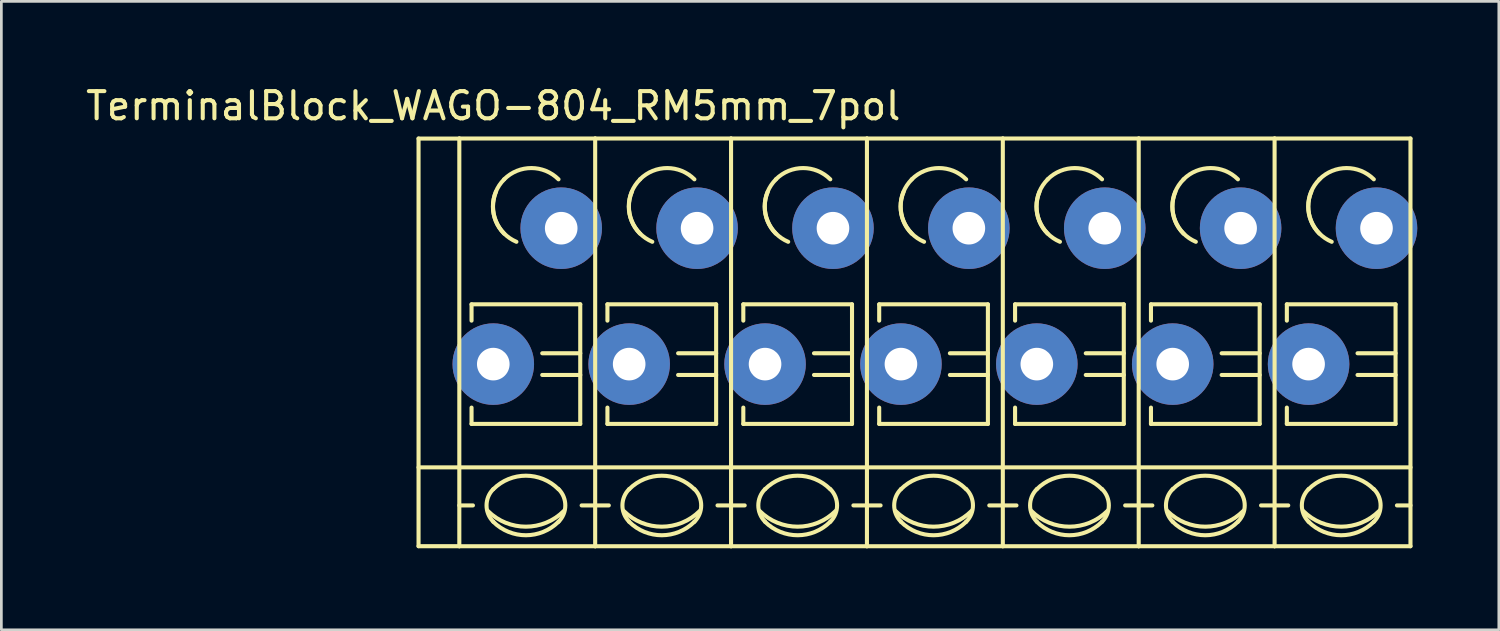
<source format=kicad_pcb>
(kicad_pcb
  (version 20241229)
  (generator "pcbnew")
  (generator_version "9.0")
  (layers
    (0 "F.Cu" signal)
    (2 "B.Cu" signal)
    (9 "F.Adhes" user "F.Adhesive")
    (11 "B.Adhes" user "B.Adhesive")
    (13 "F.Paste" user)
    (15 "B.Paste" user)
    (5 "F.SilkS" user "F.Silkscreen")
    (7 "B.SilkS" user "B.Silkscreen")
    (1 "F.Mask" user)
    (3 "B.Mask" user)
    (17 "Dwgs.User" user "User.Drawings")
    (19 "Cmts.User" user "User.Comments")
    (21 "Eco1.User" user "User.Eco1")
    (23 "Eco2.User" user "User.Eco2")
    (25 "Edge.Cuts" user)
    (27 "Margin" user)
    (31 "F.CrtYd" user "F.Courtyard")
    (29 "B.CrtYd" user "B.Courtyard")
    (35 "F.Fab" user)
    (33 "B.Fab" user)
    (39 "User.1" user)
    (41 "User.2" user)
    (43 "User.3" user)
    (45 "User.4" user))
  (footprint "TerminalBlock_WAGO-804_RM5mm_7pol"
    (layer "F.Cu")
    (at 15.101 10.348)
    (property "Reference" "TerminalBlock_WAGO-804_RM5mm_7pol" (at 0 -9.5 0) (layer "F.SilkS") (effects (font (size 1 1) (thickness 0.15))))
    (attr through_hole)
    (fp_line (start -2.75 -8.3) (end -1.25 -8.3) (stroke (width 0.15) (type solid)) (layer "F.SilkS"))
    (fp_line (start -2.75 6.7) (end -2.75 -8.3) (stroke (width 0.15) (type solid)) (layer "F.SilkS"))
    (fp_line (start -1.25 6.7) (end -2.75 6.7) (stroke (width 0.15) (type solid)) (layer "F.SilkS"))
    (fp_line (start -1.25 5.199) (end -0.749 5.199) (stroke (width 0.15) (type solid)) (layer "F.SilkS"))
    (fp_line (start -1.25 6.701) (end -1.25 -8.301) (stroke (width 0.15) (type solid)) (layer "F.SilkS"))
    (fp_line (start -0.8 -2.2) (end -0.8 -1.6) (stroke (width 0.15) (type solid)) (layer "F.SilkS"))
    (fp_line (start -0.8 -2.2) (end 3.2 -2.2) (stroke (width 0.15) (type solid)) (layer "F.SilkS"))
    (fp_line (start -0.8 2.2) (end -0.8 1.6) (stroke (width 0.15) (type solid)) (layer "F.SilkS"))
    (fp_line (start 3.2 -2.2) (end 3.2 2.2) (stroke (width 0.15) (type solid)) (layer "F.SilkS"))
    (fp_line (start 3.2 -0.399) (end 1.801 -0.399) (stroke (width 0.15) (type solid)) (layer "F.SilkS"))
    (fp_line (start 3.2 0.399) (end 1.801 0.399) (stroke (width 0.15) (type solid)) (layer "F.SilkS"))
    (fp_line (start 3.2 2.2) (end -0.8 2.2) (stroke (width 0.15) (type solid)) (layer "F.SilkS"))
    (fp_line (start 3.749 -8.301) (end -1.25 -8.301) (stroke (width 0.15) (type solid)) (layer "F.SilkS"))
    (fp_line (start 3.749 -8.301) (end 3.749 6.701) (stroke (width 0.15) (type solid)) (layer "F.SilkS"))
    (fp_line (start 3.749 5.199) (end 3.251 5.199) (stroke (width 0.15) (type solid)) (layer "F.SilkS"))
    (fp_line (start 3.749 6.701) (end -1.25 6.701) (stroke (width 0.15) (type solid)) (layer "F.SilkS"))
    (fp_line (start 3.75 3.8) (end -2.75 3.8) (stroke (width 0.15) (type solid)) (layer "F.SilkS"))
    (fp_line (start 3.75 3.8) (end 8.75 3.8) (stroke (width 0.15) (type solid)) (layer "F.SilkS"))
    (fp_line (start 3.75 5.199) (end 4.251 5.199) (stroke (width 0.15) (type solid)) (layer "F.SilkS"))
    (fp_line (start 4.2 -2.2) (end 4.2 -1.6) (stroke (width 0.15) (type solid)) (layer "F.SilkS"))
    (fp_line (start 4.2 -2.2) (end 8.2 -2.2) (stroke (width 0.15) (type solid)) (layer "F.SilkS"))
    (fp_line (start 4.2 2.2) (end 4.2 1.6) (stroke (width 0.15) (type solid)) (layer "F.SilkS"))
    (fp_line (start 8.2 -2.2) (end 8.2 2.2) (stroke (width 0.15) (type solid)) (layer "F.SilkS"))
    (fp_line (start 8.2 -0.399) (end 6.801 -0.399) (stroke (width 0.15) (type solid)) (layer "F.SilkS"))
    (fp_line (start 8.2 0.399) (end 6.801 0.399) (stroke (width 0.15) (type solid)) (layer "F.SilkS"))
    (fp_line (start 8.2 2.2) (end 4.2 2.2) (stroke (width 0.15) (type solid)) (layer "F.SilkS"))
    (fp_line (start 8.749 -8.301) (end 3.75 -8.301) (stroke (width 0.15) (type solid)) (layer "F.SilkS"))
    (fp_line (start 8.749 -8.301) (end 8.749 6.701) (stroke (width 0.15) (type solid)) (layer "F.SilkS"))
    (fp_line (start 8.749 5.199) (end 8.251 5.199) (stroke (width 0.15) (type solid)) (layer "F.SilkS"))
    (fp_line (start 8.749 6.701) (end 3.75 6.701) (stroke (width 0.15) (type solid)) (layer "F.SilkS"))
    (fp_line (start 8.75 3.8) (end 13.75 3.8) (stroke (width 0.15) (type solid)) (layer "F.SilkS"))
    (fp_line (start 8.75 5.199) (end 9.251 5.199) (stroke (width 0.15) (type solid)) (layer "F.SilkS"))
    (fp_line (start 9.2 -2.2) (end 9.2 -1.6) (stroke (width 0.15) (type solid)) (layer "F.SilkS"))
    (fp_line (start 9.2 -2.2) (end 13.2 -2.2) (stroke (width 0.15) (type solid)) (layer "F.SilkS"))
    (fp_line (start 9.2 2.2) (end 9.2 1.6) (stroke (width 0.15) (type solid)) (layer "F.SilkS"))
    (fp_line (start 13.2 -2.2) (end 13.2 2.2) (stroke (width 0.15) (type solid)) (layer "F.SilkS"))
    (fp_line (start 13.2 -0.399) (end 11.801 -0.399) (stroke (width 0.15) (type solid)) (layer "F.SilkS"))
    (fp_line (start 13.2 0.399) (end 11.801 0.399) (stroke (width 0.15) (type solid)) (layer "F.SilkS"))
    (fp_line (start 13.2 2.2) (end 9.2 2.2) (stroke (width 0.15) (type solid)) (layer "F.SilkS"))
    (fp_line (start 13.749 -8.301) (end 8.75 -8.301) (stroke (width 0.15) (type solid)) (layer "F.SilkS"))
    (fp_line (start 13.749 -8.301) (end 13.749 6.701) (stroke (width 0.15) (type solid)) (layer "F.SilkS"))
    (fp_line (start 13.749 5.199) (end 13.251 5.199) (stroke (width 0.15) (type solid)) (layer "F.SilkS"))
    (fp_line (start 13.749 6.701) (end 8.75 6.701) (stroke (width 0.15) (type solid)) (layer "F.SilkS"))
    (fp_line (start 13.75 3.8) (end 18.75 3.8) (stroke (width 0.15) (type solid)) (layer "F.SilkS"))
    (fp_line (start 13.75 5.199) (end 14.251 5.199) (stroke (width 0.15) (type solid)) (layer "F.SilkS"))
    (fp_line (start 14.2 -2.2) (end 14.2 -1.6) (stroke (width 0.15) (type solid)) (layer "F.SilkS"))
    (fp_line (start 14.2 -2.2) (end 18.2 -2.2) (stroke (width 0.15) (type solid)) (layer "F.SilkS"))
    (fp_line (start 14.2 2.2) (end 14.2 1.6) (stroke (width 0.15) (type solid)) (layer "F.SilkS"))
    (fp_line (start 18.2 -2.2) (end 18.2 2.2) (stroke (width 0.15) (type solid)) (layer "F.SilkS"))
    (fp_line (start 18.2 -0.399) (end 16.801 -0.399) (stroke (width 0.15) (type solid)) (layer "F.SilkS"))
    (fp_line (start 18.2 0.399) (end 16.801 0.399) (stroke (width 0.15) (type solid)) (layer "F.SilkS"))
    (fp_line (start 18.2 2.2) (end 14.2 2.2) (stroke (width 0.15) (type solid)) (layer "F.SilkS"))
    (fp_line (start 18.749 -8.301) (end 13.75 -8.301) (stroke (width 0.15) (type solid)) (layer "F.SilkS"))
    (fp_line (start 18.749 -8.301) (end 18.749 6.701) (stroke (width 0.15) (type solid)) (layer "F.SilkS"))
    (fp_line (start 18.749 5.199) (end 18.251 5.199) (stroke (width 0.15) (type solid)) (layer "F.SilkS"))
    (fp_line (start 18.749 6.701) (end 13.75 6.701) (stroke (width 0.15) (type solid)) (layer "F.SilkS"))
    (fp_line (start 18.75 3.8) (end 23.75 3.8) (stroke (width 0.15) (type solid)) (layer "F.SilkS"))
    (fp_line (start 18.75 5.199) (end 19.251 5.199) (stroke (width 0.15) (type solid)) (layer "F.SilkS"))
    (fp_line (start 19.2 -2.2) (end 19.2 -1.6) (stroke (width 0.15) (type solid)) (layer "F.SilkS"))
    (fp_line (start 19.2 -2.2) (end 23.2 -2.2) (stroke (width 0.15) (type solid)) (layer "F.SilkS"))
    (fp_line (start 19.2 2.2) (end 19.2 1.6) (stroke (width 0.15) (type solid)) (layer "F.SilkS"))
    (fp_line (start 23.2 -2.2) (end 23.2 2.2) (stroke (width 0.15) (type solid)) (layer "F.SilkS"))
    (fp_line (start 23.2 -0.399) (end 21.801 -0.399) (stroke (width 0.15) (type solid)) (layer "F.SilkS"))
    (fp_line (start 23.2 0.399) (end 21.801 0.399) (stroke (width 0.15) (type solid)) (layer "F.SilkS"))
    (fp_line (start 23.2 2.2) (end 19.2 2.2) (stroke (width 0.15) (type solid)) (layer "F.SilkS"))
    (fp_line (start 23.749 -8.301) (end 18.75 -8.301) (stroke (width 0.15) (type solid)) (layer "F.SilkS"))
    (fp_line (start 23.749 -8.301) (end 23.749 6.701) (stroke (width 0.15) (type solid)) (layer "F.SilkS"))
    (fp_line (start 23.749 5.199) (end 23.251 5.199) (stroke (width 0.15) (type solid)) (layer "F.SilkS"))
    (fp_line (start 23.749 6.701) (end 18.75 6.701) (stroke (width 0.15) (type solid)) (layer "F.SilkS"))
    (fp_line (start 23.75 3.8) (end 28.75 3.8) (stroke (width 0.15) (type solid)) (layer "F.SilkS"))
    (fp_line (start 23.75 5.199) (end 24.251 5.199) (stroke (width 0.15) (type solid)) (layer "F.SilkS"))
    (fp_line (start 24.2 -2.2) (end 24.2 -1.6) (stroke (width 0.15) (type solid)) (layer "F.SilkS"))
    (fp_line (start 24.2 -2.2) (end 28.2 -2.2) (stroke (width 0.15) (type solid)) (layer "F.SilkS"))
    (fp_line (start 24.2 2.2) (end 24.2 1.6) (stroke (width 0.15) (type solid)) (layer "F.SilkS"))
    (fp_line (start 28.2 -2.2) (end 28.2 2.2) (stroke (width 0.15) (type solid)) (layer "F.SilkS"))
    (fp_line (start 28.2 -0.399) (end 26.801 -0.399) (stroke (width 0.15) (type solid)) (layer "F.SilkS"))
    (fp_line (start 28.2 0.399) (end 26.801 0.399) (stroke (width 0.15) (type solid)) (layer "F.SilkS"))
    (fp_line (start 28.2 2.2) (end 24.2 2.2) (stroke (width 0.15) (type solid)) (layer "F.SilkS"))
    (fp_line (start 28.749 -8.301) (end 23.75 -8.301) (stroke (width 0.15) (type solid)) (layer "F.SilkS"))
    (fp_line (start 28.749 -8.301) (end 28.749 6.701) (stroke (width 0.15) (type solid)) (layer "F.SilkS"))
    (fp_line (start 28.749 5.199) (end 28.251 5.199) (stroke (width 0.15) (type solid)) (layer "F.SilkS"))
    (fp_line (start 28.749 6.701) (end 23.75 6.701) (stroke (width 0.15) (type solid)) (layer "F.SilkS"))
    (fp_line (start 28.75 3.8) (end 33.75 3.8) (stroke (width 0.15) (type solid)) (layer "F.SilkS"))
    (fp_line (start 28.75 5.199) (end 29.251 5.199) (stroke (width 0.15) (type solid)) (layer "F.SilkS"))
    (fp_line (start 29.2 -2.2) (end 29.2 -1.6) (stroke (width 0.15) (type solid)) (layer "F.SilkS"))
    (fp_line (start 29.2 -2.2) (end 33.2 -2.2) (stroke (width 0.15) (type solid)) (layer "F.SilkS"))
    (fp_line (start 29.2 2.2) (end 29.2 1.6) (stroke (width 0.15) (type solid)) (layer "F.SilkS"))
    (fp_line (start 33.2 -2.2) (end 33.2 2.2) (stroke (width 0.15) (type solid)) (layer "F.SilkS"))
    (fp_line (start 33.2 -0.399) (end 31.801 -0.399) (stroke (width 0.15) (type solid)) (layer "F.SilkS"))
    (fp_line (start 33.2 0.399) (end 31.801 0.399) (stroke (width 0.15) (type solid)) (layer "F.SilkS"))
    (fp_line (start 33.2 2.2) (end 29.2 2.2) (stroke (width 0.15) (type solid)) (layer "F.SilkS"))
    (fp_line (start 33.749 -8.301) (end 28.75 -8.301) (stroke (width 0.15) (type solid)) (layer "F.SilkS"))
    (fp_line (start 33.749 -8.301) (end 33.749 6.701) (stroke (width 0.15) (type solid)) (layer "F.SilkS"))
    (fp_line (start 33.749 5.199) (end 33.251 5.199) (stroke (width 0.15) (type solid)) (layer "F.SilkS"))
    (fp_line (start 33.749 6.701) (end 28.75 6.701) (stroke (width 0.15) (type solid)) (layer "F.SilkS"))
    (fp_arc (start 0 4.60248) (mid 1.19888 4.105888) (end 2.39776 4.60248) (stroke (width 0.15) (type solid)) (layer "F.SilkS"))
    (fp_arc (start 0 5.79882) (mid -0.248296 5.19938) (end 0 4.59994) (stroke (width 0.15) (type solid)) (layer "F.SilkS"))
    (fp_arc (start 0.39878 -6.79958) (mid 1.39954 -7.214108) (end 2.4003 -6.79958) (stroke (width 0.15) (type solid)) (layer "F.SilkS"))
    (fp_arc (start 0.39878 -4.8006) (mid -0.013952 -5.800616) (end 0.40132 -6.79958) (stroke (width 0.15) (type solid)) (layer "F.SilkS"))
    (fp_arc (start 0.8509 -4.50088) (mid 0.093811 -5.268985) (end 0.1016 -6.34746) (stroke (width 0.15) (type solid)) (layer "F.SilkS"))
    (fp_arc (start 2.4003 5.79882) (mid 1.200676 6.297208) (end 0 5.80136) (stroke (width 0.15) (type solid)) (layer "F.SilkS"))
    (fp_arc (start 2.40284 4.59994) (mid 2.650392 5.201176) (end 2.4003 5.80136) (stroke (width 0.15) (type solid)) (layer "F.SilkS"))
    (fp_arc (start 2.60096 5.40004) (mid 1.200676 5.981545) (end -0.20066 5.40258) (stroke (width 0.15) (type solid)) (layer "F.SilkS"))
    (fp_arc (start 5 4.60248) (mid 6.19888 4.105888) (end 7.39776 4.60248) (stroke (width 0.15) (type solid)) (layer "F.SilkS"))
    (fp_arc (start 5 5.79882) (mid 4.751704 5.19938) (end 5 4.59994) (stroke (width 0.15) (type solid)) (layer "F.SilkS"))
    (fp_arc (start 5.39878 -6.79958) (mid 6.39954 -7.214108) (end 7.4003 -6.79958) (stroke (width 0.15) (type solid)) (layer "F.SilkS"))
    (fp_arc (start 5.39878 -4.8006) (mid 4.986048 -5.800616) (end 5.40132 -6.79958) (stroke (width 0.15) (type solid)) (layer "F.SilkS"))
    (fp_arc (start 5.8509 -4.50088) (mid 5.093811 -5.268985) (end 5.1016 -6.34746) (stroke (width 0.15) (type solid)) (layer "F.SilkS"))
    (fp_arc (start 7.4003 5.79882) (mid 6.200676 6.297208) (end 5 5.80136) (stroke (width 0.15) (type solid)) (layer "F.SilkS"))
    (fp_arc (start 7.40284 4.59994) (mid 7.650392 5.201176) (end 7.4003 5.80136) (stroke (width 0.15) (type solid)) (layer "F.SilkS"))
    (fp_arc (start 7.60096 5.40004) (mid 6.200676 5.981545) (end 4.79934 5.40258) (stroke (width 0.15) (type solid)) (layer "F.SilkS"))
    (fp_arc (start 10 4.60248) (mid 11.19888 4.105888) (end 12.39776 4.60248) (stroke (width 0.15) (type solid)) (layer "F.SilkS"))
    (fp_arc (start 10 5.79882) (mid 9.751704 5.19938) (end 10 4.59994) (stroke (width 0.15) (type solid)) (layer "F.SilkS"))
    (fp_arc (start 10.39878 -6.79958) (mid 11.39954 -7.214108) (end 12.4003 -6.79958) (stroke (width 0.15) (type solid)) (layer "F.SilkS"))
    (fp_arc (start 10.39878 -4.8006) (mid 9.986048 -5.800616) (end 10.40132 -6.79958) (stroke (width 0.15) (type solid)) (layer "F.SilkS"))
    (fp_arc (start 10.8509 -4.50088) (mid 10.093811 -5.268985) (end 10.1016 -6.34746) (stroke (width 0.15) (type solid)) (layer "F.SilkS"))
    (fp_arc (start 12.4003 5.79882) (mid 11.200676 6.297208) (end 10 5.80136) (stroke (width 0.15) (type solid)) (layer "F.SilkS"))
    (fp_arc (start 12.40284 4.59994) (mid 12.650392 5.201176) (end 12.4003 5.80136) (stroke (width 0.15) (type solid)) (layer "F.SilkS"))
    (fp_arc (start 12.60096 5.40004) (mid 11.200676 5.981545) (end 9.79934 5.40258) (stroke (width 0.15) (type solid)) (layer "F.SilkS"))
    (fp_arc (start 15 4.60248) (mid 16.19888 4.105888) (end 17.39776 4.60248) (stroke (width 0.15) (type solid)) (layer "F.SilkS"))
    (fp_arc (start 15 5.79882) (mid 14.751704 5.19938) (end 15 4.59994) (stroke (width 0.15) (type solid)) (layer "F.SilkS"))
    (fp_arc (start 15.39878 -6.79958) (mid 16.39954 -7.214108) (end 17.4003 -6.79958) (stroke (width 0.15) (type solid)) (layer "F.SilkS"))
    (fp_arc (start 15.39878 -4.8006) (mid 14.986048 -5.800616) (end 15.40132 -6.79958) (stroke (width 0.15) (type solid)) (layer "F.SilkS"))
    (fp_arc (start 15.8509 -4.50088) (mid 15.093811 -5.268985) (end 15.1016 -6.34746) (stroke (width 0.15) (type solid)) (layer "F.SilkS"))
    (fp_arc (start 17.4003 5.79882) (mid 16.200676 6.297208) (end 15 5.80136) (stroke (width 0.15) (type solid)) (layer "F.SilkS"))
    (fp_arc (start 17.40284 4.59994) (mid 17.650392 5.201176) (end 17.4003 5.80136) (stroke (width 0.15) (type solid)) (layer "F.SilkS"))
    (fp_arc (start 17.60096 5.40004) (mid 16.200676 5.981545) (end 14.79934 5.40258) (stroke (width 0.15) (type solid)) (layer "F.SilkS"))
    (fp_arc (start 20 4.60248) (mid 21.19888 4.105888) (end 22.39776 4.60248) (stroke (width 0.15) (type solid)) (layer "F.SilkS"))
    (fp_arc (start 20 5.79882) (mid 19.751704 5.19938) (end 20 4.59994) (stroke (width 0.15) (type solid)) (layer "F.SilkS"))
    (fp_arc (start 20.39878 -6.79958) (mid 21.39954 -7.214108) (end 22.4003 -6.79958) (stroke (width 0.15) (type solid)) (layer "F.SilkS"))
    (fp_arc (start 20.39878 -4.8006) (mid 19.986048 -5.800616) (end 20.40132 -6.79958) (stroke (width 0.15) (type solid)) (layer "F.SilkS"))
    (fp_arc (start 20.8509 -4.50088) (mid 20.093811 -5.268985) (end 20.1016 -6.34746) (stroke (width 0.15) (type solid)) (layer "F.SilkS"))
    (fp_arc (start 22.4003 5.79882) (mid 21.200676 6.297208) (end 20 5.80136) (stroke (width 0.15) (type solid)) (layer "F.SilkS"))
    (fp_arc (start 22.40284 4.59994) (mid 22.650392 5.201176) (end 22.4003 5.80136) (stroke (width 0.15) (type solid)) (layer "F.SilkS"))
    (fp_arc (start 22.60096 5.40004) (mid 21.200676 5.981545) (end 19.79934 5.40258) (stroke (width 0.15) (type solid)) (layer "F.SilkS"))
    (fp_arc (start 25 4.60248) (mid 26.19888 4.105888) (end 27.39776 4.60248) (stroke (width 0.15) (type solid)) (layer "F.SilkS"))
    (fp_arc (start 25 5.79882) (mid 24.751704 5.19938) (end 25 4.59994) (stroke (width 0.15) (type solid)) (layer "F.SilkS"))
    (fp_arc (start 25.39878 -6.79958) (mid 26.39954 -7.214108) (end 27.4003 -6.79958) (stroke (width 0.15) (type solid)) (layer "F.SilkS"))
    (fp_arc (start 25.39878 -4.8006) (mid 24.986048 -5.800616) (end 25.40132 -6.79958) (stroke (width 0.15) (type solid)) (layer "F.SilkS"))
    (fp_arc (start 25.8509 -4.50088) (mid 25.093811 -5.268985) (end 25.1016 -6.34746) (stroke (width 0.15) (type solid)) (layer "F.SilkS"))
    (fp_arc (start 27.4003 5.79882) (mid 26.200676 6.297208) (end 25 5.80136) (stroke (width 0.15) (type solid)) (layer "F.SilkS"))
    (fp_arc (start 27.40284 4.59994) (mid 27.650392 5.201176) (end 27.4003 5.80136) (stroke (width 0.15) (type solid)) (layer "F.SilkS"))
    (fp_arc (start 27.60096 5.40004) (mid 26.200676 5.981545) (end 24.79934 5.40258) (stroke (width 0.15) (type solid)) (layer "F.SilkS"))
    (fp_arc (start 30 4.60248) (mid 31.19888 4.105888) (end 32.39776 4.60248) (stroke (width 0.15) (type solid)) (layer "F.SilkS"))
    (fp_arc (start 30 5.79882) (mid 29.751704 5.19938) (end 30 4.59994) (stroke (width 0.15) (type solid)) (layer "F.SilkS"))
    (fp_arc (start 30.39878 -6.79958) (mid 31.39954 -7.214108) (end 32.4003 -6.79958) (stroke (width 0.15) (type solid)) (layer "F.SilkS"))
    (fp_arc (start 30.39878 -4.8006) (mid 29.986048 -5.800616) (end 30.40132 -6.79958) (stroke (width 0.15) (type solid)) (layer "F.SilkS"))
    (fp_arc (start 30.8509 -4.50088) (mid 30.093811 -5.268985) (end 30.1016 -6.34746) (stroke (width 0.15) (type solid)) (layer "F.SilkS"))
    (fp_arc (start 32.4003 5.79882) (mid 31.200676 6.297208) (end 30 5.80136) (stroke (width 0.15) (type solid)) (layer "F.SilkS"))
    (fp_arc (start 32.40284 4.59994) (mid 32.650392 5.201176) (end 32.4003 5.80136) (stroke (width 0.15) (type solid)) (layer "F.SilkS"))
    (fp_arc (start 32.60096 5.40004) (mid 31.200676 5.981545) (end 29.79934 5.40258) (stroke (width 0.15) (type solid)) (layer "F.SilkS"))
    (pad "1" thru_hole circle (at 0 0) (size 3 3) (drill 1.2) (layers "*.Cu" "*.Mask"))
    (pad "1" thru_hole circle (at 2.499 -5.001) (size 3 3) (drill 1.2) (layers "*.Cu" "*.Mask"))
    (pad "2" thru_hole circle (at 5 0) (size 3 3) (drill 1.2) (layers "*.Cu" "*.Mask"))
    (pad "2" thru_hole circle (at 7.499 -5.001) (size 3 3) (drill 1.2) (layers "*.Cu" "*.Mask"))
    (pad "3" thru_hole circle (at 10 0) (size 3 3) (drill 1.2) (layers "*.Cu" "*.Mask"))
    (pad "3" thru_hole circle (at 12.499 -5.001) (size 3 3) (drill 1.2) (layers "*.Cu" "*.Mask"))
    (pad "4" thru_hole circle (at 15 0) (size 3 3) (drill 1.2) (layers "*.Cu" "*.Mask"))
    (pad "4" thru_hole circle (at 17.499 -5.001) (size 3 3) (drill 1.2) (layers "*.Cu" "*.Mask"))
    (pad "5" thru_hole circle (at 20 0) (size 3 3) (drill 1.2) (layers "*.Cu" "*.Mask"))
    (pad "5" thru_hole circle (at 22.499 -5.001) (size 3 3) (drill 1.2) (layers "*.Cu" "*.Mask"))
    (pad "6" thru_hole circle (at 25 0) (size 3 3) (drill 1.2) (layers "*.Cu" "*.Mask"))
    (pad "6" thru_hole circle (at 27.499 -5.001) (size 3 3) (drill 1.2) (layers "*.Cu" "*.Mask"))
    (pad "7" thru_hole circle (at 30 0) (size 3 3) (drill 1.2) (layers "*.Cu" "*.Mask"))
    (pad "7" thru_hole circle (at 32.499 -5.001) (size 3 3) (drill 1.2) (layers "*.Cu" "*.Mask")))
  (gr_rect
    (start -3 -3)
    (end 52.101 20.124)
    (stroke (width 0.1) (type default))
    (fill no)
    (layer "Edge.Cuts")))
</source>
